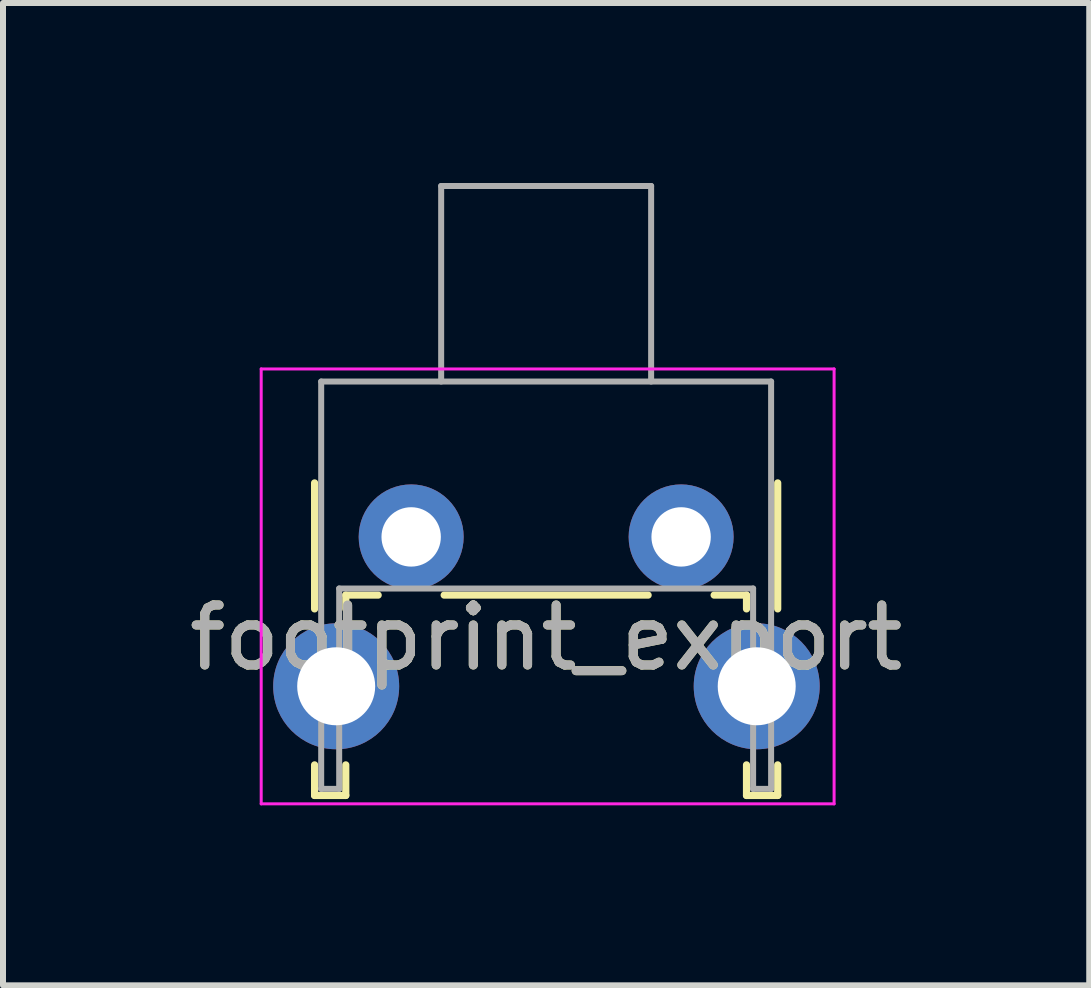
<source format=kicad_pcb>
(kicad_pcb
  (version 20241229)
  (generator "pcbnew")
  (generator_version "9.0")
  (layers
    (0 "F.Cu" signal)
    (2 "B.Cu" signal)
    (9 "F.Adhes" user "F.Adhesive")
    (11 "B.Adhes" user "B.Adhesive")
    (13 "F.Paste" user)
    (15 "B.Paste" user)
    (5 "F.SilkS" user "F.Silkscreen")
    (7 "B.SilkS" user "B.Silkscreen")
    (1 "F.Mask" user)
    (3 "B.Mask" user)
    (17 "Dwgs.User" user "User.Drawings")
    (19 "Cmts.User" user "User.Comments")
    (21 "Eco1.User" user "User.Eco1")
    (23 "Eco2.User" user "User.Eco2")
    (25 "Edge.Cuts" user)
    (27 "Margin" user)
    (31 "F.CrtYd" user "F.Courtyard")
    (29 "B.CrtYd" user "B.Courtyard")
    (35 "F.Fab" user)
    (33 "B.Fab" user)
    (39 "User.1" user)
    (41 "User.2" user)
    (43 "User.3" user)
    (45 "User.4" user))
  (footprint "footprint_export"
    (layer "F.Cu")
    (at 3.804 5.9)
    (property "Reference" "footprint_export" (at 2.25 1.68 0) (layer "F.SilkS") (effects (font (size 1 1) (thickness 0.15))))
    (attr through_hole)
    (fp_line (start -1.61 -0.9) (end -1.61 1.2) (stroke (width 0.12) (type solid)) (layer "F.SilkS"))
    (fp_line (start -1.61 3.8) (end -1.61 4.31) (stroke (width 0.12) (type solid)) (layer "F.SilkS"))
    (fp_line (start -1.61 4.31) (end -1.09 4.31) (stroke (width 0.12) (type solid)) (layer "F.SilkS"))
    (fp_line (start -1.09 0.97) (end -1.09 1.2) (stroke (width 0.12) (type solid)) (layer "F.SilkS"))
    (fp_line (start -1.09 0.97) (end -0.55 0.97) (stroke (width 0.12) (type solid)) (layer "F.SilkS"))
    (fp_line (start -1.09 3.8) (end -1.09 4.31) (stroke (width 0.12) (type solid)) (layer "F.SilkS"))
    (fp_line (start 0.55 0.97) (end 3.95 0.97) (stroke (width 0.12) (type solid)) (layer "F.SilkS"))
    (fp_line (start 5.05 0.97) (end 5.59 0.97) (stroke (width 0.12) (type solid)) (layer "F.SilkS"))
    (fp_line (start 5.59 0.97) (end 5.59 1.2) (stroke (width 0.12) (type solid)) (layer "F.SilkS"))
    (fp_line (start 5.59 3.8) (end 5.59 4.31) (stroke (width 0.12) (type solid)) (layer "F.SilkS"))
    (fp_line (start 5.59 4.31) (end 6.11 4.31) (stroke (width 0.12) (type solid)) (layer "F.SilkS"))
    (fp_line (start 6.11 -0.9) (end 6.11 1.2) (stroke (width 0.12) (type solid)) (layer "F.SilkS"))
    (fp_line (start 6.11 3.8) (end 6.11 4.31) (stroke (width 0.12) (type solid)) (layer "F.SilkS"))
    (fp_line (start -2.5 -2.8) (end 7.05 -2.8) (stroke (width 0.05) (type solid)) (layer "F.CrtYd"))
    (fp_line (start -2.5 4.45) (end -2.5 -2.8) (stroke (width 0.05) (type solid)) (layer "F.CrtYd"))
    (fp_line (start 7.05 -2.8) (end 7.05 4.45) (stroke (width 0.05) (type solid)) (layer "F.CrtYd"))
    (fp_line (start 7.05 4.45) (end -2.5 4.45) (stroke (width 0.05) (type solid)) (layer "F.CrtYd"))
    (fp_line (start -1.5 -2.59) (end 6 -2.59) (stroke (width 0.1) (type solid)) (layer "F.Fab"))
    (fp_line (start -1.5 4.2) (end -1.5 -2.59) (stroke (width 0.1) (type solid)) (layer "F.Fab"))
    (fp_line (start -1.5 4.2) (end -1.2 4.2) (stroke (width 0.1) (type solid)) (layer "F.Fab"))
    (fp_line (start -1.2 0.86) (end 5.7 0.86) (stroke (width 0.1) (type solid)) (layer "F.Fab"))
    (fp_line (start -1.2 4.2) (end -1.2 0.86) (stroke (width 0.1) (type solid)) (layer "F.Fab"))
    (fp_line (start 0.5 -5.85) (end 0.5 -2.59) (stroke (width 0.1) (type solid)) (layer "F.Fab"))
    (fp_line (start 0.5 -5.85) (end 4 -5.85) (stroke (width 0.1) (type solid)) (layer "F.Fab"))
    (fp_line (start 4 -5.85) (end 4 -2.59) (stroke (width 0.1) (type solid)) (layer "F.Fab"))
    (fp_line (start 5.7 4.2) (end 5.7 0.86) (stroke (width 0.1) (type solid)) (layer "F.Fab"))
    (fp_line (start 5.7 4.2) (end 6 4.2) (stroke (width 0.1) (type solid)) (layer "F.Fab"))
    (fp_line (start 6 4.2) (end 6 -2.59) (stroke (width 0.1) (type solid)) (layer "F.Fab"))
    (fp_text user "${REFERENCE}" (at 2.25 1.68 0) (layer "F.Fab") (effects (font (size 1 1) (thickness 0.15))))
    (pad "" thru_hole circle (at -1.25 2.49) (size 2.1 2.1) (drill 1.3) (layers "*.Cu" "*.Mask"))
    (pad "" thru_hole circle (at 5.76 2.49) (size 2.1 2.1) (drill 1.3) (layers "*.Cu" "*.Mask"))
    (pad "1" thru_hole circle (at 0 0) (size 1.75 1.75) (drill 0.99) (layers "*.Cu" "*.Mask"))
    (pad "2" thru_hole circle (at 4.5 0) (size 1.75 1.75) (drill 0.99) (layers "*.Cu" "*.Mask")))
  (gr_rect
    (start -3 -3)
    (end 15.107 13.375)
    (stroke (width 0.1) (type default))
    (fill no)
    (layer "Edge.Cuts")))
</source>
